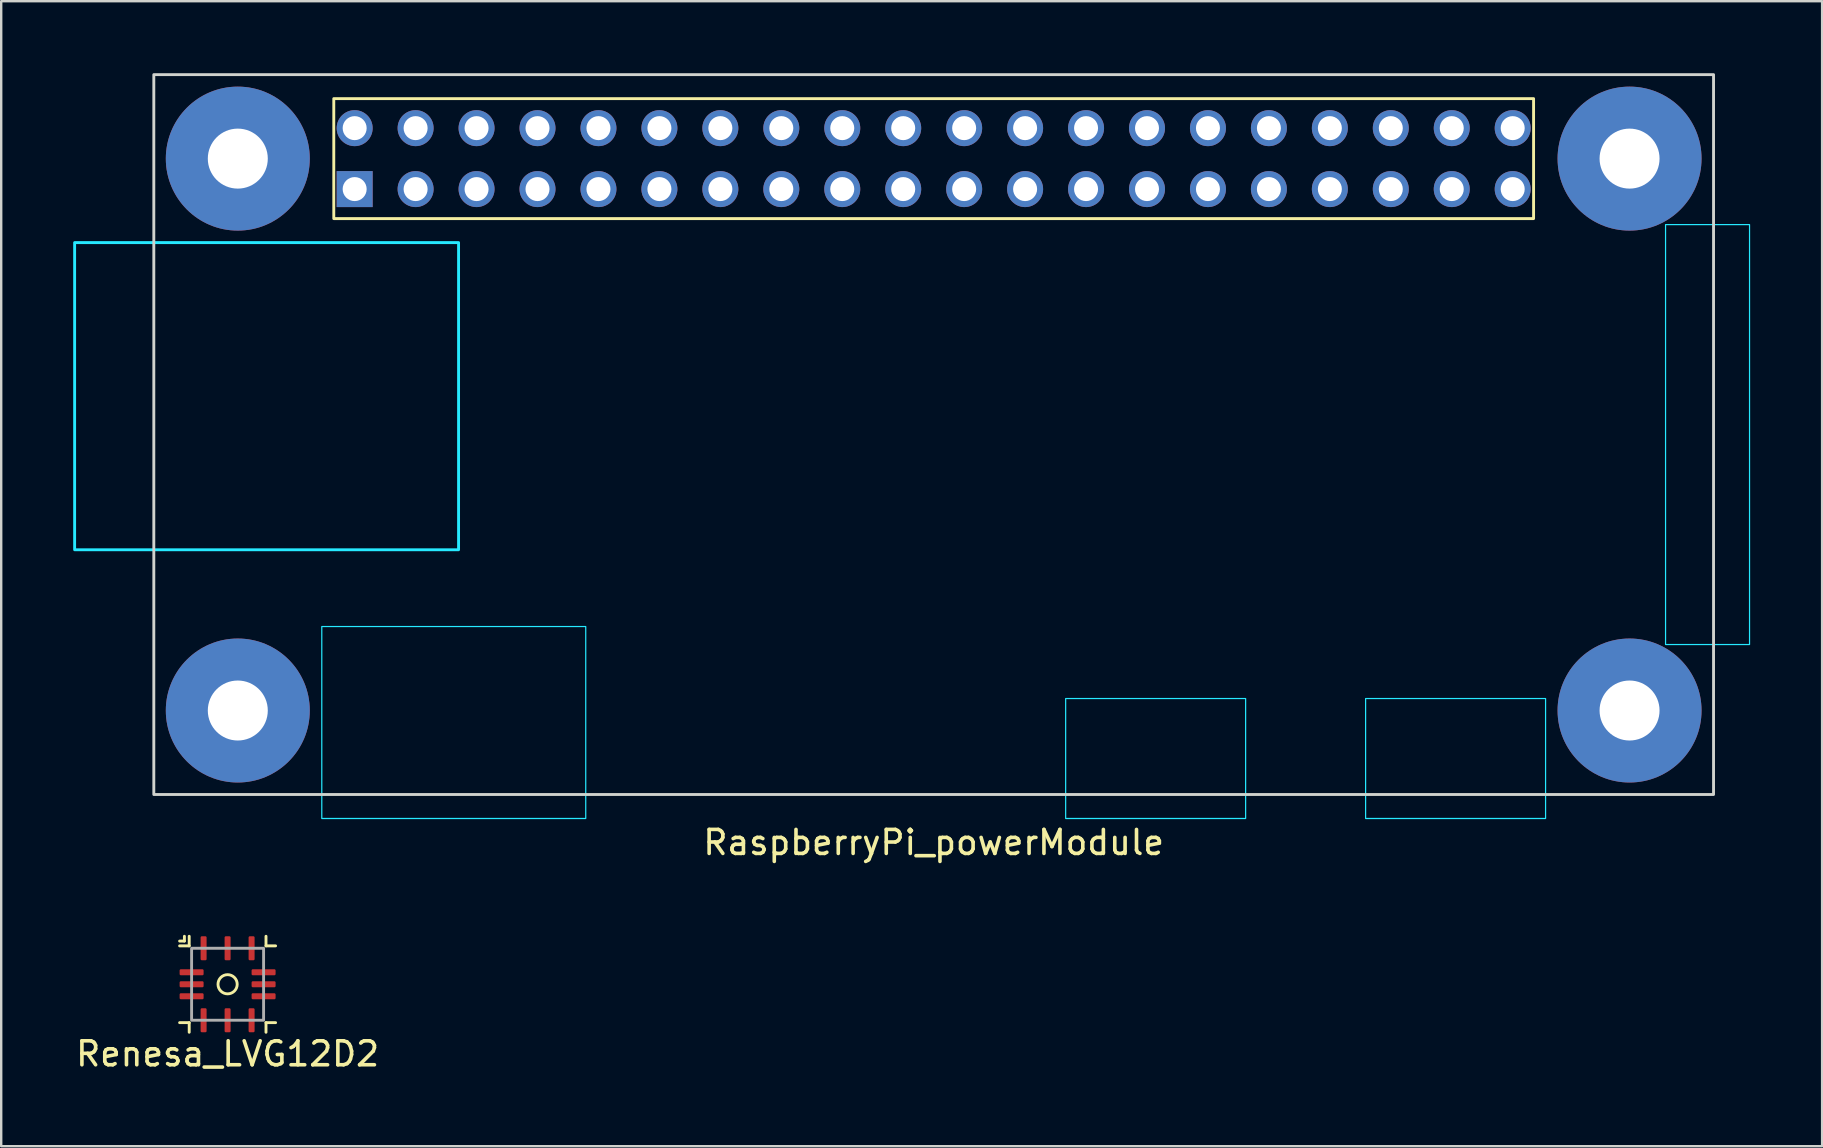
<source format=kicad_pcb>
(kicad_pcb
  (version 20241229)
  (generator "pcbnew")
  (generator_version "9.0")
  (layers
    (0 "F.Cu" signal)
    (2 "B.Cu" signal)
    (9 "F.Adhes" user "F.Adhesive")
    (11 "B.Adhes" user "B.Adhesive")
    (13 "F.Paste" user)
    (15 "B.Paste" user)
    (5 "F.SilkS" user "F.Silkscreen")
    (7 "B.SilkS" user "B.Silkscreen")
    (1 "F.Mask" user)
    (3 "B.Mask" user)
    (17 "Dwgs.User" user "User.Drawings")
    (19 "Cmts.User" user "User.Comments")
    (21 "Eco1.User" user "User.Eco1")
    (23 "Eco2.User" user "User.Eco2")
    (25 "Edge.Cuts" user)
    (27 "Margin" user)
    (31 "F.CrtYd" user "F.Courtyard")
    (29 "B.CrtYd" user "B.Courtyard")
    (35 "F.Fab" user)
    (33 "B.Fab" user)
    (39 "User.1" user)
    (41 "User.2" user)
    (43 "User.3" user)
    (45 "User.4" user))
  (footprint "RaspberryPi_powerModule"
    (layer "F.Cu")
    (at 35.86 15.06)
    (property "Reference" "RaspberryPi_powerModule" (at 0 17 0) (unlocked yes) (layer "F.SilkS") (effects (font (size 1 1) (thickness 0.15))))
    (attr smd)
    (fp_rect (start -25 -14) (end 25 -9) (stroke (width 0.12) (type solid)) (fill no) (layer "F.SilkS"))
    (fp_rect (start 32.5 15) (end -32.5 -15) (stroke (width 0.12) (type solid)) (fill no) (layer "Edge.Cuts"))
    (fp_rect (start -35.8 -8) (end -19.8 4.8) (stroke (width 0.12) (type solid)) (fill no) (layer "B.CrtYd"))
    (fp_rect (start -25.5 8) (end -14.5 16) (stroke (width 0.05) (type solid)) (fill no) (layer "B.CrtYd"))
    (fp_rect (start 5.5 11) (end 13 16) (stroke (width 0.05) (type solid)) (fill no) (layer "B.CrtYd"))
    (fp_rect (start 18 11) (end 25.5 16) (stroke (width 0.05) (type solid)) (fill no) (layer "B.CrtYd"))
    (fp_rect (start 34 -8.75) (end 30.5 8.75) (stroke (width 0.05) (type solid)) (fill no) (layer "B.CrtYd"))
    (pad "" np_thru_hole circle (at -29 -11.5) (size 6 6) (drill 2.5) (layers "*.Cu" "*.Mask"))
    (pad "" np_thru_hole circle (at -29 11.5) (size 6 6) (drill 2.5) (layers "*.Cu" "*.Mask"))
    (pad "" np_thru_hole circle (at 29 -11.5) (size 6 6) (drill 2.5) (layers "*.Cu" "*.Mask"))
    (pad "" np_thru_hole circle (at 29 11.5) (size 6 6) (drill 2.5) (layers "*.Cu" "*.Mask"))
    (pad "1" thru_hole rect (at -24.13 -10.23) (size 1.5 1.5) (drill 1) (layers "*.Cu" "*.Mask"))
    (pad "2" thru_hole circle (at -24.13 -12.77) (size 1.5 1.5) (drill 1) (layers "*.Cu" "*.Mask"))
    (pad "3" thru_hole circle (at -21.59 -10.23) (size 1.5 1.5) (drill 1) (layers "*.Cu" "*.Mask"))
    (pad "4" thru_hole circle (at -21.59 -12.77) (size 1.5 1.5) (drill 1) (layers "*.Cu" "*.Mask"))
    (pad "5" thru_hole circle (at -19.05 -10.23) (size 1.5 1.5) (drill 1) (layers "*.Cu" "*.Mask"))
    (pad "6" thru_hole circle (at -19.05 -12.77) (size 1.5 1.5) (drill 1) (layers "*.Cu" "*.Mask"))
    (pad "7" thru_hole circle (at -16.51 -10.23) (size 1.5 1.5) (drill 1) (layers "*.Cu" "*.Mask"))
    (pad "8" thru_hole circle (at -16.51 -12.77) (size 1.5 1.5) (drill 1) (layers "*.Cu" "*.Mask"))
    (pad "9" thru_hole circle (at -13.97 -10.23) (size 1.5 1.5) (drill 1) (layers "*.Cu" "*.Mask"))
    (pad "10" thru_hole circle (at -13.97 -12.77) (size 1.5 1.5) (drill 1) (layers "*.Cu" "*.Mask"))
    (pad "11" thru_hole circle (at -11.43 -10.23) (size 1.5 1.5) (drill 1) (layers "*.Cu" "*.Mask"))
    (pad "12" thru_hole circle (at -11.43 -12.77) (size 1.5 1.5) (drill 1) (layers "*.Cu" "*.Mask"))
    (pad "13" thru_hole circle (at -8.89 -10.23) (size 1.5 1.5) (drill 1) (layers "*.Cu" "*.Mask"))
    (pad "14" thru_hole circle (at -8.89 -12.77) (size 1.5 1.5) (drill 1) (layers "*.Cu" "*.Mask"))
    (pad "15" thru_hole circle (at -6.35 -10.23) (size 1.5 1.5) (drill 1) (layers "*.Cu" "*.Mask"))
    (pad "16" thru_hole circle (at -6.35 -12.77) (size 1.5 1.5) (drill 1) (layers "*.Cu" "*.Mask"))
    (pad "17" thru_hole circle (at -3.81 -10.23) (size 1.5 1.5) (drill 1) (layers "*.Cu" "*.Mask"))
    (pad "18" thru_hole circle (at -3.81 -12.77) (size 1.5 1.5) (drill 1) (layers "*.Cu" "*.Mask"))
    (pad "19" thru_hole circle (at -1.27 -10.23) (size 1.5 1.5) (drill 1) (layers "*.Cu" "*.Mask"))
    (pad "20" thru_hole circle (at -1.27 -12.77) (size 1.5 1.5) (drill 1) (layers "*.Cu" "*.Mask"))
    (pad "21" thru_hole circle (at 1.27 -10.23) (size 1.5 1.5) (drill 1) (layers "*.Cu" "*.Mask"))
    (pad "22" thru_hole circle (at 1.27 -12.77) (size 1.5 1.5) (drill 1) (layers "*.Cu" "*.Mask"))
    (pad "23" thru_hole circle (at 3.81 -10.23) (size 1.5 1.5) (drill 1) (layers "*.Cu" "*.Mask"))
    (pad "24" thru_hole circle (at 3.81 -12.77) (size 1.5 1.5) (drill 1) (layers "*.Cu" "*.Mask"))
    (pad "25" thru_hole circle (at 6.35 -10.23) (size 1.5 1.5) (drill 1) (layers "*.Cu" "*.Mask"))
    (pad "26" thru_hole circle (at 6.35 -12.77) (size 1.5 1.5) (drill 1) (layers "*.Cu" "*.Mask"))
    (pad "27" thru_hole circle (at 8.89 -10.23) (size 1.5 1.5) (drill 1) (layers "*.Cu" "*.Mask"))
    (pad "28" thru_hole circle (at 8.89 -12.77) (size 1.5 1.5) (drill 1) (layers "*.Cu" "*.Mask"))
    (pad "29" thru_hole circle (at 11.43 -10.23) (size 1.5 1.5) (drill 1) (layers "*.Cu" "*.Mask"))
    (pad "30" thru_hole circle (at 11.43 -12.77) (size 1.5 1.5) (drill 1) (layers "*.Cu" "*.Mask"))
    (pad "31" thru_hole circle (at 13.97 -10.23) (size 1.5 1.5) (drill 1) (layers "*.Cu" "*.Mask"))
    (pad "32" thru_hole circle (at 13.97 -12.77) (size 1.5 1.5) (drill 1) (layers "*.Cu" "*.Mask"))
    (pad "33" thru_hole circle (at 16.51 -10.23) (size 1.5 1.5) (drill 1) (layers "*.Cu" "*.Mask"))
    (pad "34" thru_hole circle (at 16.51 -12.77) (size 1.5 1.5) (drill 1) (layers "*.Cu" "*.Mask"))
    (pad "35" thru_hole circle (at 19.05 -10.23) (size 1.5 1.5) (drill 1) (layers "*.Cu" "*.Mask"))
    (pad "36" thru_hole circle (at 19.05 -12.77) (size 1.5 1.5) (drill 1) (layers "*.Cu" "*.Mask"))
    (pad "37" thru_hole circle (at 21.59 -10.23) (size 1.5 1.5) (drill 1) (layers "*.Cu" "*.Mask"))
    (pad "38" thru_hole circle (at 21.59 -12.77) (size 1.5 1.5) (drill 1) (layers "*.Cu" "*.Mask"))
    (pad "39" thru_hole circle (at 24.13 -10.23) (size 1.5 1.5) (drill 1) (layers "*.Cu" "*.Mask"))
    (pad "40" thru_hole circle (at 24.13 -12.77) (size 1.5 1.5) (drill 1) (layers "*.Cu" "*.Mask")))
  (footprint "Renesa_LVG12D2"
    (layer "F.Cu")
    (at 6.435 37.968)
    (property "Reference" "Renesa_LVG12D2" (at 0 2.9 0) (unlocked yes) (layer "F.SilkS") (effects (font (size 1 1) (thickness 0.15))))
    (attr smd)
    (fp_line (start -2 -1.8) (end -1.8 -1.8) (stroke (width 0.12) (type solid)) (layer "F.SilkS"))
    (fp_line (start -2 -1.6) (end -1.6 -1.6) (stroke (width 0.12) (type solid)) (layer "F.SilkS"))
    (fp_line (start -2 1.6) (end -1.6 1.6) (stroke (width 0.12) (type solid)) (layer "F.SilkS"))
    (fp_line (start -1.8 -1.8) (end -1.8 -2) (stroke (width 0.12) (type solid)) (layer "F.SilkS"))
    (fp_line (start -1.6 -1.6) (end -1.6 -2) (stroke (width 0.12) (type solid)) (layer "F.SilkS"))
    (fp_line (start -1.6 1.6) (end -1.6 2) (stroke (width 0.12) (type solid)) (layer "F.SilkS"))
    (fp_line (start 1.6 -2) (end 1.6 -1.6) (stroke (width 0.12) (type solid)) (layer "F.SilkS"))
    (fp_line (start 1.6 -1.6) (end 2 -1.6) (stroke (width 0.12) (type solid)) (layer "F.SilkS"))
    (fp_line (start 1.6 1.6) (end 2 1.6) (stroke (width 0.12) (type solid)) (layer "F.SilkS"))
    (fp_line (start 1.6 2) (end 1.6 1.6) (stroke (width 0.12) (type solid)) (layer "F.SilkS"))
    (fp_circle (center 0 0) (end 0 -0.4) (stroke (width 0.12) (type solid)) (fill no) (layer "F.SilkS"))
    (fp_rect (start -1.5 -1.5) (end 1.5 1.5) (stroke (width 0.12) (type solid)) (fill no) (layer "F.Fab"))
    (pad "1" smd roundrect (at -1.5 -0.5) (size 1 0.25) (layers "F.Cu" "F.Mask" "F.Paste") (roundrect_rratio 0.2))
    (pad "2" smd roundrect (at -1.5 0) (size 1 0.25) (layers "F.Cu" "F.Mask" "F.Paste") (roundrect_rratio 0.2))
    (pad "3" smd roundrect (at -1.5 0.5) (size 1 0.25) (layers "F.Cu" "F.Mask" "F.Paste") (roundrect_rratio 0.2))
    (pad "4" smd roundrect (at -1 1.5 90) (size 1 0.25) (layers "F.Cu" "F.Mask" "F.Paste") (roundrect_rratio 0.2))
    (pad "5" smd roundrect (at 0 1.5 90) (size 1 0.25) (layers "F.Cu" "F.Mask" "F.Paste") (roundrect_rratio 0.2))
    (pad "6" smd roundrect (at 1 1.5 90) (size 1 0.25) (layers "F.Cu" "F.Mask" "F.Paste") (roundrect_rratio 0.2))
    (pad "7" smd roundrect (at 1.5 0.5) (size 1 0.25) (layers "F.Cu" "F.Mask" "F.Paste") (roundrect_rratio 0.2))
    (pad "8" smd roundrect (at 1.5 0) (size 1 0.25) (layers "F.Cu" "F.Mask" "F.Paste") (roundrect_rratio 0.2))
    (pad "9" smd roundrect (at 1.5 -0.5) (size 1 0.25) (layers "F.Cu" "F.Mask" "F.Paste") (roundrect_rratio 0.2))
    (pad "10" smd roundrect (at 1 -1.5 90) (size 1 0.25) (layers "F.Cu" "F.Mask" "F.Paste") (roundrect_rratio 0.2))
    (pad "11" smd roundrect (at 0 -1.5 90) (size 1 0.25) (layers "F.Cu" "F.Mask" "F.Paste") (roundrect_rratio 0.2))
    (pad "12" smd roundrect (at -1 -1.5 90) (size 1 0.25) (layers "F.Cu" "F.Mask" "F.Paste") (roundrect_rratio 0.2)))
  (gr_rect
    (start -3 -3)
    (end 72.885 44.717)
    (stroke (width 0.1) (type default))
    (fill no)
    (layer "Edge.Cuts")))
</source>
